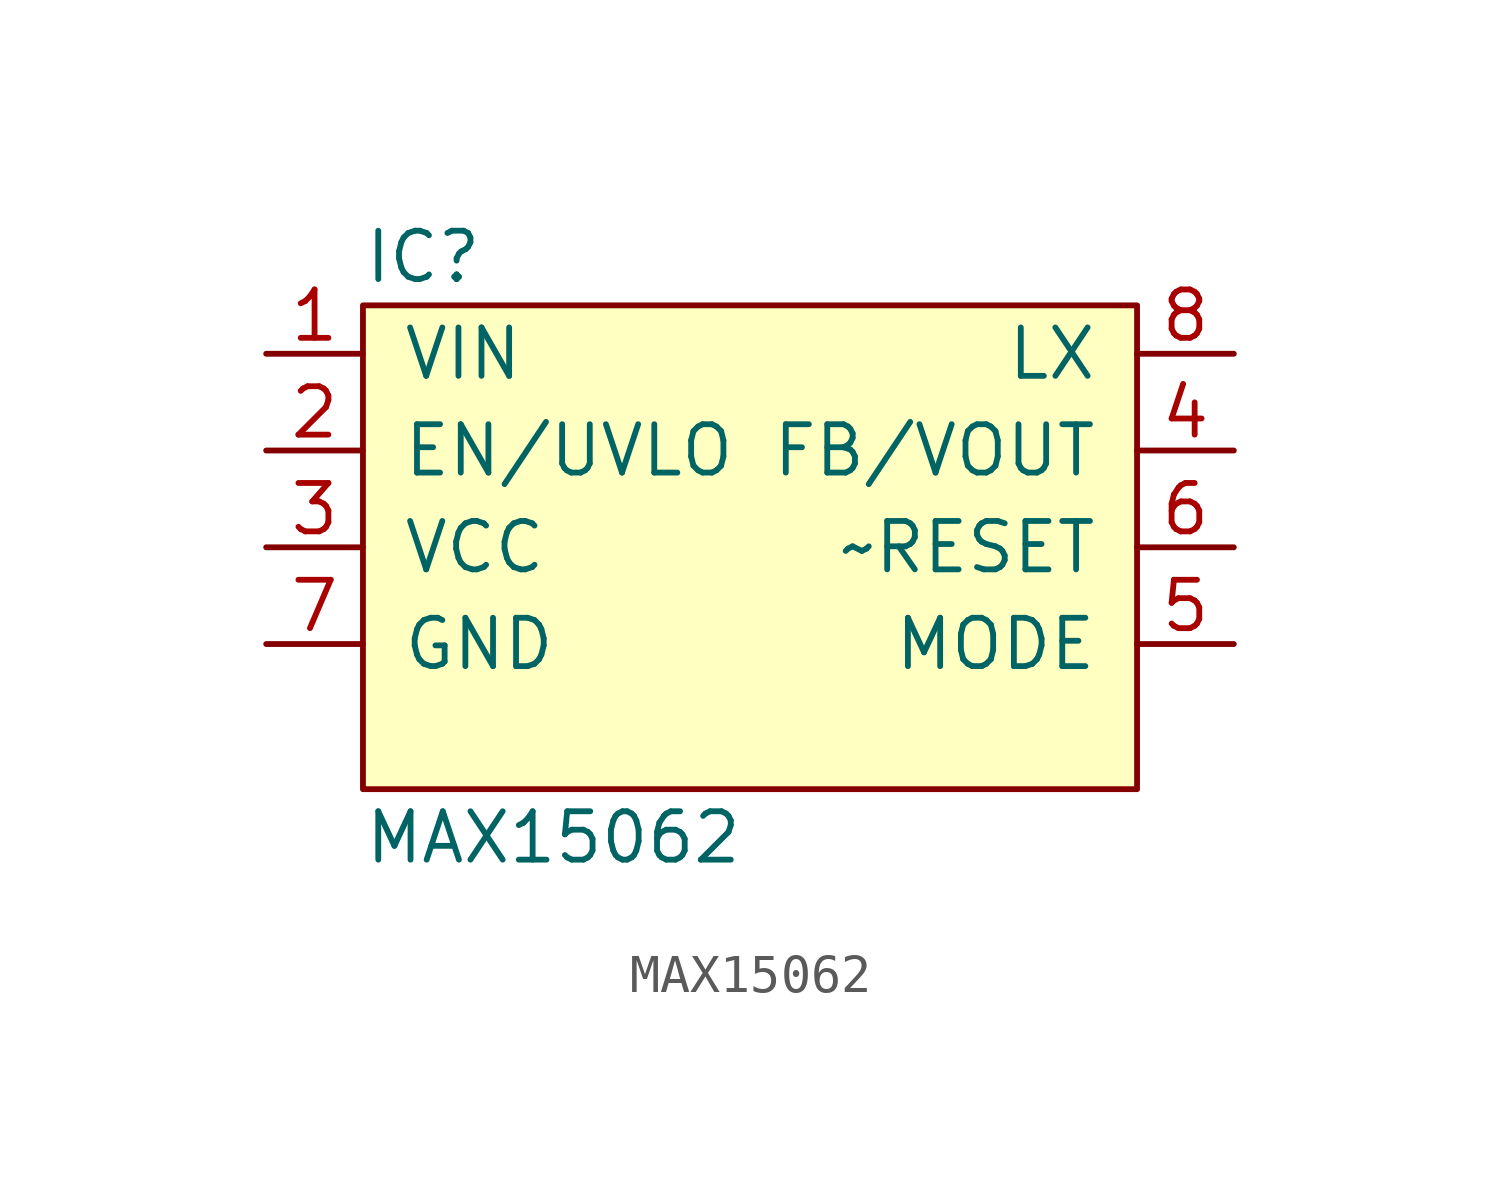
<source format=kicad_sym>
(kicad_symbol_lib
  (version 20211014)
  (generator agg_kicad.build_lib_ic)
  (symbol "MAX15062"
    (pin_names
      (offset 1.016))
    (property Reference IC
      (at -10.16 7.62 0)
      (effects (font (size 1.27 1.27)) (justify left)))
    (property Value "MAX15062"
      (at -10.16 -7.62 0)
      (effects (font (size 1.27 1.27)) (justify left)))
    (symbol "MAX15062_0_0"
      (rectangle (start -10.16 6.35) (end 10.16 -6.35) (stroke (width 0) (type default) (color 0 0 0 0)) (fill (type background)))
      (pin power_in line (at -12.7 5.08 0) (length 2.54) (name VIN (effects (font (size 1.27 1.27)))) (number "1" (effects (font (size 1.27 1.27)))))
      (pin input line (at -12.7 2.54 0) (length 2.54) (name "EN/UVLO" (effects (font (size 1.27 1.27)))) (number "2" (effects (font (size 1.27 1.27)))))
      (pin passive line (at -12.7 0 0) (length 2.54) (name VCC (effects (font (size 1.27 1.27)))) (number "3" (effects (font (size 1.27 1.27)))))
      (pin power_in line (at -12.7 -2.54 0) (length 2.54) (name GND (effects (font (size 1.27 1.27)))) (number "7" (effects (font (size 1.27 1.27)))))
      (pin passive line (at 12.7 5.08 180) (length 2.54) (name LX (effects (font (size 1.27 1.27)))) (number "8" (effects (font (size 1.27 1.27)))))
      (pin input line (at 12.7 2.54 180) (length 2.54) (name "FB/VOUT" (effects (font (size 1.27 1.27)))) (number "4" (effects (font (size 1.27 1.27)))))
      (pin input line (at 12.7 0 180) (length 2.54) (name "~RESET" (effects (font (size 1.27 1.27)))) (number "6" (effects (font (size 1.27 1.27)))))
      (pin input line (at 12.7 -2.54 180) (length 2.54) (name MODE (effects (font (size 1.27 1.27)))) (number "5" (effects (font (size 1.27 1.27))))))))
</source>
